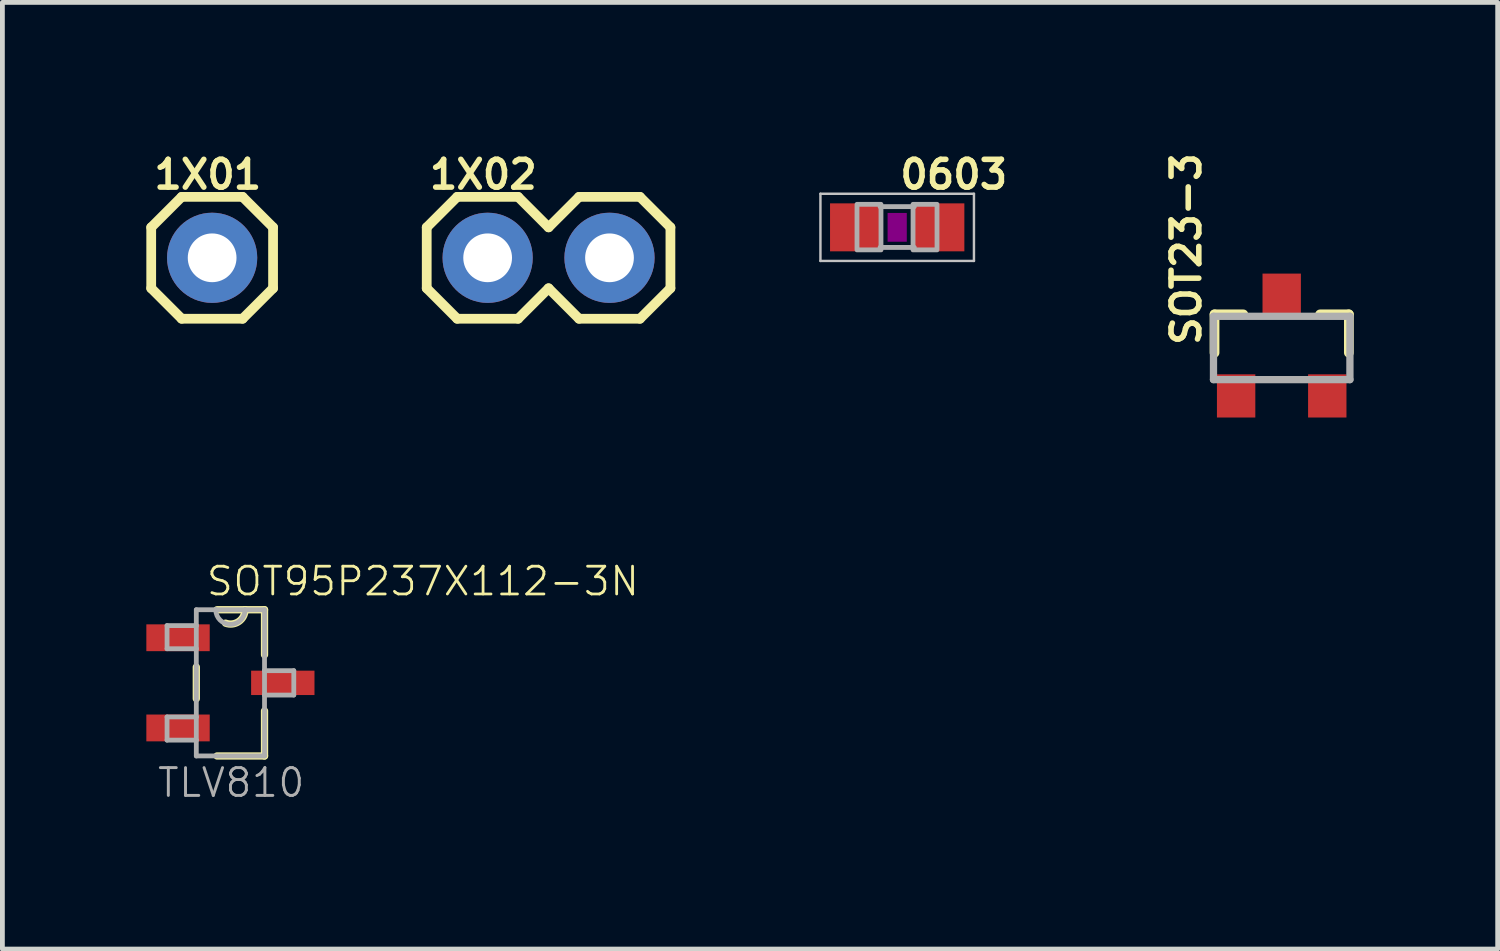
<source format=kicad_pcb>
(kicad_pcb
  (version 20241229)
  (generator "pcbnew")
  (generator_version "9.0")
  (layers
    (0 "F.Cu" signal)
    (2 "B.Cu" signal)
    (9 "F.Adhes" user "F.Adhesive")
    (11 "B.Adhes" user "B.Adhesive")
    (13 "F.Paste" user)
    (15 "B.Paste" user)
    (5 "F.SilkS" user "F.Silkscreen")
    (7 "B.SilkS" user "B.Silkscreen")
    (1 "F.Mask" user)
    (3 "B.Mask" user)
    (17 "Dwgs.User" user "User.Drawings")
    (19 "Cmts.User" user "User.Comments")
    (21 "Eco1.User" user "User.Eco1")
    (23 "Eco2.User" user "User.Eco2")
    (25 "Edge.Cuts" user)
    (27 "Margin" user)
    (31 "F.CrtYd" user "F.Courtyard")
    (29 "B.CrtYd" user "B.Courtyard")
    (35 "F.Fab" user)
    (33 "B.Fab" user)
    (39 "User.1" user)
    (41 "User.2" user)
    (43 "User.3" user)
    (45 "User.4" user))
  (footprint "SOT95P237X112-3N"
    (layer "F.Cu")
    (at 1.753 11.184)
    (property "Reference" "SOT95P237X112-3N" (at -0.534 -1.779 0) (layer "F.SilkS") (effects (font (size 0.579 0.579) (thickness 0.058)) (justify left bottom)))
    (attr through_hole)
    (fp_line (start -0.711 -0.33) (end -0.711 0.33) (stroke (width 0.152) (type solid)) (layer "F.SilkS"))
    (fp_line (start -0.279 1.524) (end 0.711 1.524) (stroke (width 0.152) (type solid)) (layer "F.SilkS"))
    (fp_line (start 0.305 -1.524) (end -0.279 -1.524) (stroke (width 0.152) (type solid)) (layer "F.SilkS"))
    (fp_line (start 0.711 -1.524) (end 0.305 -1.524) (stroke (width 0.152) (type solid)) (layer "F.SilkS"))
    (fp_line (start 0.711 -0.584) (end 0.711 -1.524) (stroke (width 0.152) (type solid)) (layer "F.SilkS"))
    (fp_line (start 0.711 1.524) (end 0.711 0.584) (stroke (width 0.152) (type solid)) (layer "F.SilkS"))
    (fp_arc (start 0.3048 -1.524) (mid 0.174323 -1.278521) (end -0.1016 -1.2446) (stroke (width 0.1524) (type solid)) (layer "F.SilkS"))
    (fp_line (start -1.321 -1.194) (end -1.321 -0.711) (stroke (width 0.1) (type solid)) (layer "F.Fab"))
    (fp_line (start -1.321 -0.711) (end -0.711 -0.711) (stroke (width 0.1) (type solid)) (layer "F.Fab"))
    (fp_line (start -1.321 0.711) (end -1.321 1.194) (stroke (width 0.1) (type solid)) (layer "F.Fab"))
    (fp_line (start -1.321 1.194) (end -0.711 1.194) (stroke (width 0.1) (type solid)) (layer "F.Fab"))
    (fp_line (start -0.711 -1.524) (end -0.711 -1.194) (stroke (width 0.1) (type solid)) (layer "F.Fab"))
    (fp_line (start -0.711 -1.194) (end -1.321 -1.194) (stroke (width 0.1) (type solid)) (layer "F.Fab"))
    (fp_line (start -0.711 -1.194) (end -0.711 -0.711) (stroke (width 0.1) (type solid)) (layer "F.Fab"))
    (fp_line (start -0.711 -0.711) (end -0.711 0.711) (stroke (width 0.1) (type solid)) (layer "F.Fab"))
    (fp_line (start -0.711 0.711) (end -1.321 0.711) (stroke (width 0.1) (type solid)) (layer "F.Fab"))
    (fp_line (start -0.711 1.194) (end -0.711 0.711) (stroke (width 0.1) (type solid)) (layer "F.Fab"))
    (fp_line (start -0.711 1.524) (end -0.711 1.194) (stroke (width 0.1) (type solid)) (layer "F.Fab"))
    (fp_line (start -0.711 1.524) (end 0.711 1.524) (stroke (width 0.1) (type solid)) (layer "F.Fab"))
    (fp_line (start -0.305 -1.524) (end -0.711 -1.524) (stroke (width 0.1) (type solid)) (layer "F.Fab"))
    (fp_line (start 0.305 -1.524) (end -0.305 -1.524) (stroke (width 0.1) (type solid)) (layer "F.Fab"))
    (fp_line (start 0.711 -1.524) (end 0.305 -1.524) (stroke (width 0.1) (type solid)) (layer "F.Fab"))
    (fp_line (start 0.711 -0.254) (end 0.711 -1.524) (stroke (width 0.1) (type solid)) (layer "F.Fab"))
    (fp_line (start 0.711 0.254) (end 0.711 -0.254) (stroke (width 0.1) (type solid)) (layer "F.Fab"))
    (fp_line (start 0.711 0.254) (end 1.321 0.254) (stroke (width 0.1) (type solid)) (layer "F.Fab"))
    (fp_line (start 0.711 1.524) (end 0.711 0.254) (stroke (width 0.1) (type solid)) (layer "F.Fab"))
    (fp_line (start 1.321 -0.254) (end 0.711 -0.254) (stroke (width 0.1) (type solid)) (layer "F.Fab"))
    (fp_line (start 1.321 0.254) (end 1.321 -0.254) (stroke (width 0.1) (type solid)) (layer "F.Fab"))
    (fp_arc (start 0.3048 -1.524) (mid 0 -1.2192) (end -0.3048 -1.524) (stroke (width 0.1) (type solid)) (layer "F.Fab"))
    (fp_text user "TLV810" (at -1.555 2.42 0) (layer "F.Fab") (effects (font (size 0.579 0.579) (thickness 0.061)) (justify left bottom)))
    (pad "1" smd rect (at -1.092 -0.94) (size 1.321 0.559) (layers "F.Cu" "F.Mask" "F.Paste"))
    (pad "2" smd rect (at -1.092 0.94) (size 1.321 0.559) (layers "F.Cu" "F.Mask" "F.Paste"))
    (pad "3" smd rect (at 1.092 0) (size 1.321 0.508) (layers "F.Cu" "F.Mask" "F.Paste")))
  (footprint "0603"
    (layer "F.Cu")
    (at 15.652 1.689)
    (property "Reference" "0603" (at 0 -0.762 0) (layer "F.SilkS") (effects (font (size 0.579 0.579) (thickness 0.116)) (justify left bottom)))
    (attr through_hole)
    (fp_poly (pts (xy -0.2 0.3) (xy 0.2 0.3) (xy 0.2 -0.3) (xy -0.2 -0.3)) (stroke (width 0) (type solid)) (fill yes) (layer "F.Adhes"))
    (fp_line (start -1.6 -0.7) (end 1.6 -0.7) (stroke (width 0.051) (type solid)) (layer "Dwgs.User"))
    (fp_line (start -1.6 0.7) (end -1.6 -0.7) (stroke (width 0.051) (type solid)) (layer "Dwgs.User"))
    (fp_line (start 1.6 -0.7) (end 1.6 0.7) (stroke (width 0.051) (type solid)) (layer "Dwgs.User"))
    (fp_line (start 1.6 0.7) (end -1.6 0.7) (stroke (width 0.051) (type solid)) (layer "Dwgs.User"))
    (fp_line (start -0.356 -0.432) (end 0.356 -0.432) (stroke (width 0.102) (type solid)) (layer "F.Fab"))
    (fp_line (start -0.356 0.419) (end 0.356 0.419) (stroke (width 0.102) (type solid)) (layer "F.Fab"))
    (fp_poly (pts (xy -0.838 0.47) (xy -0.338 0.47) (xy -0.338 -0.48) (xy -0.838 -0.48)) (stroke (width 0.1) (type solid)) (fill no) (layer "F.Fab"))
    (fp_poly (pts (xy 0.33 0.47) (xy 0.83 0.47) (xy 0.83 -0.48) (xy 0.33 -0.48)) (stroke (width 0.1) (type solid)) (fill no) (layer "F.Fab"))
    (pad "1" smd rect (at -0.85 0) (size 1.1 1) (layers "F.Cu" "F.Mask" "F.Paste"))
    (pad "2" smd rect (at 0.85 0) (size 1.1 1) (layers "F.Cu" "F.Mask" "F.Paste")))
  (footprint "1X02"
    (layer "F.Cu")
    (at 7.115 2.324)
    (property "Reference" "1X02" (at -1.27 -1.397 0) (layer "F.SilkS") (effects (font (size 0.579 0.579) (thickness 0.116)) (justify left bottom)))
    (attr through_hole)
    (fp_line (start -1.27 -0.635) (end -1.27 0.635) (stroke (width 0.203) (type solid)) (layer "F.SilkS"))
    (fp_line (start -1.27 0.635) (end -0.635 1.27) (stroke (width 0.203) (type solid)) (layer "F.SilkS"))
    (fp_line (start -0.635 -1.27) (end -1.27 -0.635) (stroke (width 0.203) (type solid)) (layer "F.SilkS"))
    (fp_line (start -0.635 -1.27) (end 0.635 -1.27) (stroke (width 0.203) (type solid)) (layer "F.SilkS"))
    (fp_line (start 0.635 -1.27) (end 1.27 -0.635) (stroke (width 0.203) (type solid)) (layer "F.SilkS"))
    (fp_line (start 0.635 1.27) (end -0.635 1.27) (stroke (width 0.203) (type solid)) (layer "F.SilkS"))
    (fp_line (start 1.27 -0.635) (end 1.905 -1.27) (stroke (width 0.203) (type solid)) (layer "F.SilkS"))
    (fp_line (start 1.27 0.635) (end 0.635 1.27) (stroke (width 0.203) (type solid)) (layer "F.SilkS"))
    (fp_line (start 1.905 -1.27) (end 3.175 -1.27) (stroke (width 0.203) (type solid)) (layer "F.SilkS"))
    (fp_line (start 1.905 1.27) (end 1.27 0.635) (stroke (width 0.203) (type solid)) (layer "F.SilkS"))
    (fp_line (start 3.175 -1.27) (end 3.81 -0.635) (stroke (width 0.203) (type solid)) (layer "F.SilkS"))
    (fp_line (start 3.175 1.27) (end 1.905 1.27) (stroke (width 0.203) (type solid)) (layer "F.SilkS"))
    (fp_line (start 3.81 -0.635) (end 3.81 0.635) (stroke (width 0.203) (type solid)) (layer "F.SilkS"))
    (fp_line (start 3.81 0.635) (end 3.175 1.27) (stroke (width 0.203) (type solid)) (layer "F.SilkS"))
    (fp_poly (pts (xy -0.254 0.254) (xy 0.254 0.254) (xy 0.254 -0.254) (xy -0.254 -0.254)) (stroke (width 0.1) (type solid)) (fill no) (layer "F.Fab"))
    (fp_poly (pts (xy 2.286 0.254) (xy 2.794 0.254) (xy 2.794 -0.254) (xy 2.286 -0.254)) (stroke (width 0.1) (type solid)) (fill no) (layer "F.Fab"))
    (pad "1" thru_hole circle (at 0 0 90) (size 1.88 1.88) (drill 1.016) (layers "*.Cu" "*.Mask"))
    (pad "2" thru_hole circle (at 2.54 0 90) (size 1.88 1.88) (drill 1.016) (layers "*.Cu" "*.Mask")))
  (footprint "1X01"
    (layer "F.Cu")
    (at 1.372 2.324)
    (property "Reference" "1X01" (at -1.27 -1.397 0) (layer "F.SilkS") (effects (font (size 0.579 0.579) (thickness 0.116)) (justify left bottom)))
    (attr through_hole)
    (fp_line (start -1.27 -0.635) (end -1.27 0.635) (stroke (width 0.203) (type solid)) (layer "F.SilkS"))
    (fp_line (start -1.27 0.635) (end -0.635 1.27) (stroke (width 0.203) (type solid)) (layer "F.SilkS"))
    (fp_line (start -0.635 -1.27) (end -1.27 -0.635) (stroke (width 0.203) (type solid)) (layer "F.SilkS"))
    (fp_line (start -0.635 1.27) (end 0.635 1.27) (stroke (width 0.203) (type solid)) (layer "F.SilkS"))
    (fp_line (start 0.635 -1.27) (end -0.635 -1.27) (stroke (width 0.203) (type solid)) (layer "F.SilkS"))
    (fp_line (start 0.635 1.27) (end 1.27 0.635) (stroke (width 0.203) (type solid)) (layer "F.SilkS"))
    (fp_line (start 1.27 -0.635) (end 0.635 -1.27) (stroke (width 0.203) (type solid)) (layer "F.SilkS"))
    (fp_line (start 1.27 0.635) (end 1.27 -0.635) (stroke (width 0.203) (type solid)) (layer "F.SilkS"))
    (fp_poly (pts (xy -0.254 0.254) (xy 0.254 0.254) (xy 0.254 -0.254) (xy -0.254 -0.254)) (stroke (width 0.1) (type solid)) (fill no) (layer "F.Fab"))
    (pad "1" thru_hole circle (at 0 0 90) (size 1.88 1.88) (drill 1.016) (layers "*.Cu" "*.Mask")))
  (footprint "SOT23-3"
    (layer "F.Cu")
    (at 23.667 4.203)
    (property "Reference" "SOT23-3" (at -1.651 0 90) (layer "F.SilkS") (effects (font (size 0.579 0.579) (thickness 0.116)) (justify left bottom)))
    (attr through_hole)
    (fp_line (start -1.4 -0.7) (end -1.4 0.1) (stroke (width 0.203) (type solid)) (layer "F.SilkS"))
    (fp_line (start -0.8 -0.7) (end -1.4 -0.7) (stroke (width 0.203) (type solid)) (layer "F.SilkS"))
    (fp_line (start 0.8 -0.7) (end 1.4 -0.7) (stroke (width 0.203) (type solid)) (layer "F.SilkS"))
    (fp_line (start 1.4 -0.7) (end 1.4 0.1) (stroke (width 0.203) (type solid)) (layer "F.SilkS"))
    (fp_line (start -1.422 -0.66) (end 1.422 -0.66) (stroke (width 0.152) (type solid)) (layer "F.Fab"))
    (fp_line (start -1.422 0.66) (end -1.422 -0.66) (stroke (width 0.152) (type solid)) (layer "F.Fab"))
    (fp_line (start 1.422 -0.66) (end 1.422 0.66) (stroke (width 0.152) (type solid)) (layer "F.Fab"))
    (fp_line (start 1.422 0.66) (end -1.422 0.66) (stroke (width 0.152) (type solid)) (layer "F.Fab"))
    (pad "1" smd rect (at -0.95 1) (size 0.8 0.9) (layers "F.Cu" "F.Mask" "F.Paste"))
    (pad "2" smd rect (at 0.95 1) (size 0.8 0.9) (layers "F.Cu" "F.Mask" "F.Paste"))
    (pad "3" smd rect (at 0 -1.1) (size 0.8 0.9) (layers "F.Cu" "F.Mask" "F.Paste")))
  (gr_rect
    (start -3 -3)
    (end 28.169 16.733)
    (stroke (width 0.1) (type default))
    (fill no)
    (layer "Edge.Cuts")))
</source>
